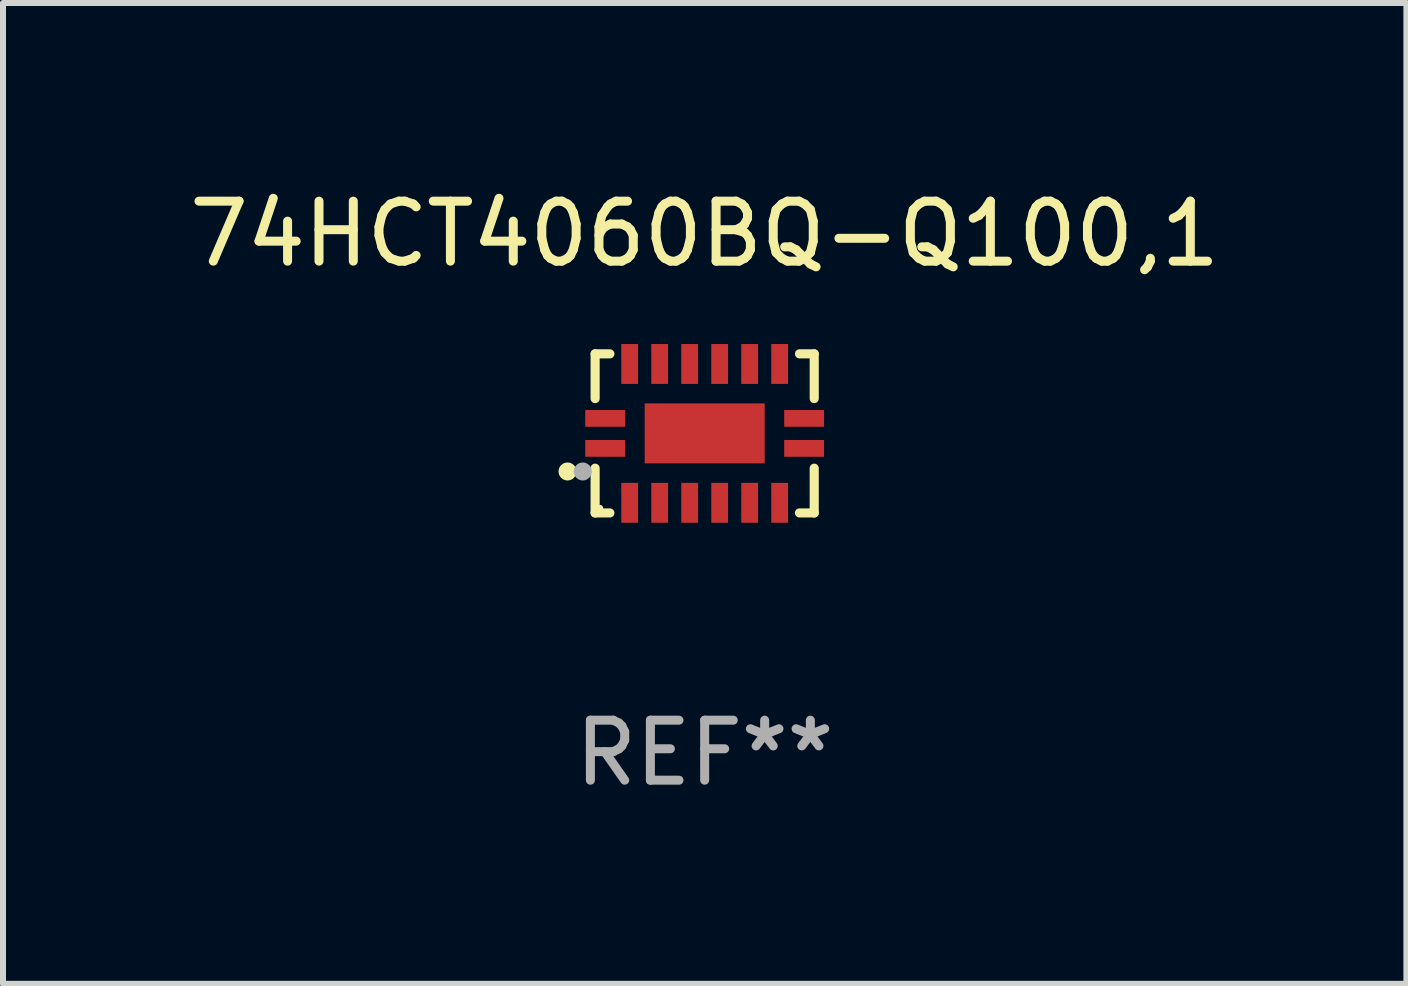
<source format=kicad_pcb>
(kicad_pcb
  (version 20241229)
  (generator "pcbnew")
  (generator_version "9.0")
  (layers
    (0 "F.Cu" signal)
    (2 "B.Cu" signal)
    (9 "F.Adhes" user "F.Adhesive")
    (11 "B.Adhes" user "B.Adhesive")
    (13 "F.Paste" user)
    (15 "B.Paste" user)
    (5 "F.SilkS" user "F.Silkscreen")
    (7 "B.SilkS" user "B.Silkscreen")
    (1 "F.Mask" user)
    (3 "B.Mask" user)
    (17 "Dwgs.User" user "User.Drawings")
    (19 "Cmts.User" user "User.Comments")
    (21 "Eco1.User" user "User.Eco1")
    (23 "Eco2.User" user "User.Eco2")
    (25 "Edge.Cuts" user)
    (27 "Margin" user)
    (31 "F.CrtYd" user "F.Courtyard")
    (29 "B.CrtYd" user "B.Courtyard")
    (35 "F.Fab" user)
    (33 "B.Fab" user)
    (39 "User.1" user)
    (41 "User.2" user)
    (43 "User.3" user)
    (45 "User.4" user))
  (footprint "74HCT4060BQ-Q100,1"
    (layer "F.Cu")
    (at 8.696 4.174)
    (property "Reference" "74HCT4060BQ-Q100,1" (at 0 -3.326 0) (layer "F.SilkS") (effects (font (size 1 1) (thickness 0.15))))
    (attr through_hole)
    (fp_line (start -1.826 -1.326) (end -1.58 -1.326) (stroke (width 0.152) (type solid)) (layer "F.SilkS"))
    (fp_line (start -1.826 -0.58) (end -1.826 -1.326) (stroke (width 0.152) (type solid)) (layer "F.SilkS"))
    (fp_line (start -1.826 0.58) (end -1.826 1.326) (stroke (width 0.152) (type solid)) (layer "F.SilkS"))
    (fp_line (start -1.826 1.326) (end -1.58 1.326) (stroke (width 0.152) (type solid)) (layer "F.SilkS"))
    (fp_line (start 1.826 -1.326) (end 1.58 -1.326) (stroke (width 0.152) (type solid)) (layer "F.SilkS"))
    (fp_line (start 1.826 -0.58) (end 1.826 -1.326) (stroke (width 0.152) (type solid)) (layer "F.SilkS"))
    (fp_line (start 1.826 0.58) (end 1.826 1.326) (stroke (width 0.152) (type solid)) (layer "F.SilkS"))
    (fp_line (start 1.826 1.326) (end 1.58 1.326) (stroke (width 0.152) (type solid)) (layer "F.SilkS"))
    (fp_circle (center -2.286 0.635) (end -2.211 0.635) (stroke (width 0.15) (type solid)) (fill no) (layer "F.SilkS"))
    (fp_circle (center -1.75 1.25) (end -1.72 1.25) (stroke (width 0.06) (type solid)) (fill no) (layer "F.SilkS"))
    (fp_circle (center -2.032 0.635) (end -1.957 0.635) (stroke (width 0.15) (type solid)) (fill no) (layer "F.Fab"))
    (fp_text user "REF**" (at 0 5.326 0) (layer "F.Fab") (effects (font (size 1 1) (thickness 0.15))))
    (pad "1" smd rect (at -1.658 0.25) (size 0.665 0.28) (layers "F.Cu" "F.Mask" "F.Paste"))
    (pad "2" smd rect (at -1.25 1.157) (size 0.28 0.665) (layers "F.Cu" "F.Mask" "F.Paste"))
    (pad "3" smd rect (at -0.75 1.157) (size 0.28 0.665) (layers "F.Cu" "F.Mask" "F.Paste"))
    (pad "4" smd rect (at -0.25 1.157) (size 0.28 0.665) (layers "F.Cu" "F.Mask" "F.Paste"))
    (pad "5" smd rect (at 0.25 1.157) (size 0.28 0.665) (layers "F.Cu" "F.Mask" "F.Paste"))
    (pad "6" smd rect (at 0.75 1.157) (size 0.28 0.665) (layers "F.Cu" "F.Mask" "F.Paste"))
    (pad "7" smd rect (at 1.25 1.157) (size 0.28 0.665) (layers "F.Cu" "F.Mask" "F.Paste"))
    (pad "8" smd rect (at 1.658 0.25) (size 0.665 0.28) (layers "F.Cu" "F.Mask" "F.Paste"))
    (pad "9" smd rect (at 1.658 -0.25) (size 0.665 0.28) (layers "F.Cu" "F.Mask" "F.Paste"))
    (pad "10" smd rect (at 1.25 -1.157) (size 0.28 0.665) (layers "F.Cu" "F.Mask" "F.Paste"))
    (pad "11" smd rect (at 0.75 -1.157) (size 0.28 0.665) (layers "F.Cu" "F.Mask" "F.Paste"))
    (pad "12" smd rect (at 0.25 -1.157) (size 0.28 0.665) (layers "F.Cu" "F.Mask" "F.Paste"))
    (pad "13" smd rect (at -0.25 -1.157) (size 0.28 0.665) (layers "F.Cu" "F.Mask" "F.Paste"))
    (pad "14" smd rect (at -0.75 -1.157) (size 0.28 0.665) (layers "F.Cu" "F.Mask" "F.Paste"))
    (pad "15" smd rect (at -1.25 -1.157) (size 0.28 0.665) (layers "F.Cu" "F.Mask" "F.Paste"))
    (pad "16" smd rect (at -1.658 -0.25) (size 0.665 0.28) (layers "F.Cu" "F.Mask" "F.Paste"))
    (pad "17" smd rect (at 0 0) (size 2 1) (layers "F.Cu" "F.Mask" "F.Paste")))
  (gr_rect
    (start -3 -3)
    (end 20.393 13.349)
    (stroke (width 0.1) (type default))
    (fill no)
    (layer "Edge.Cuts")))
</source>
